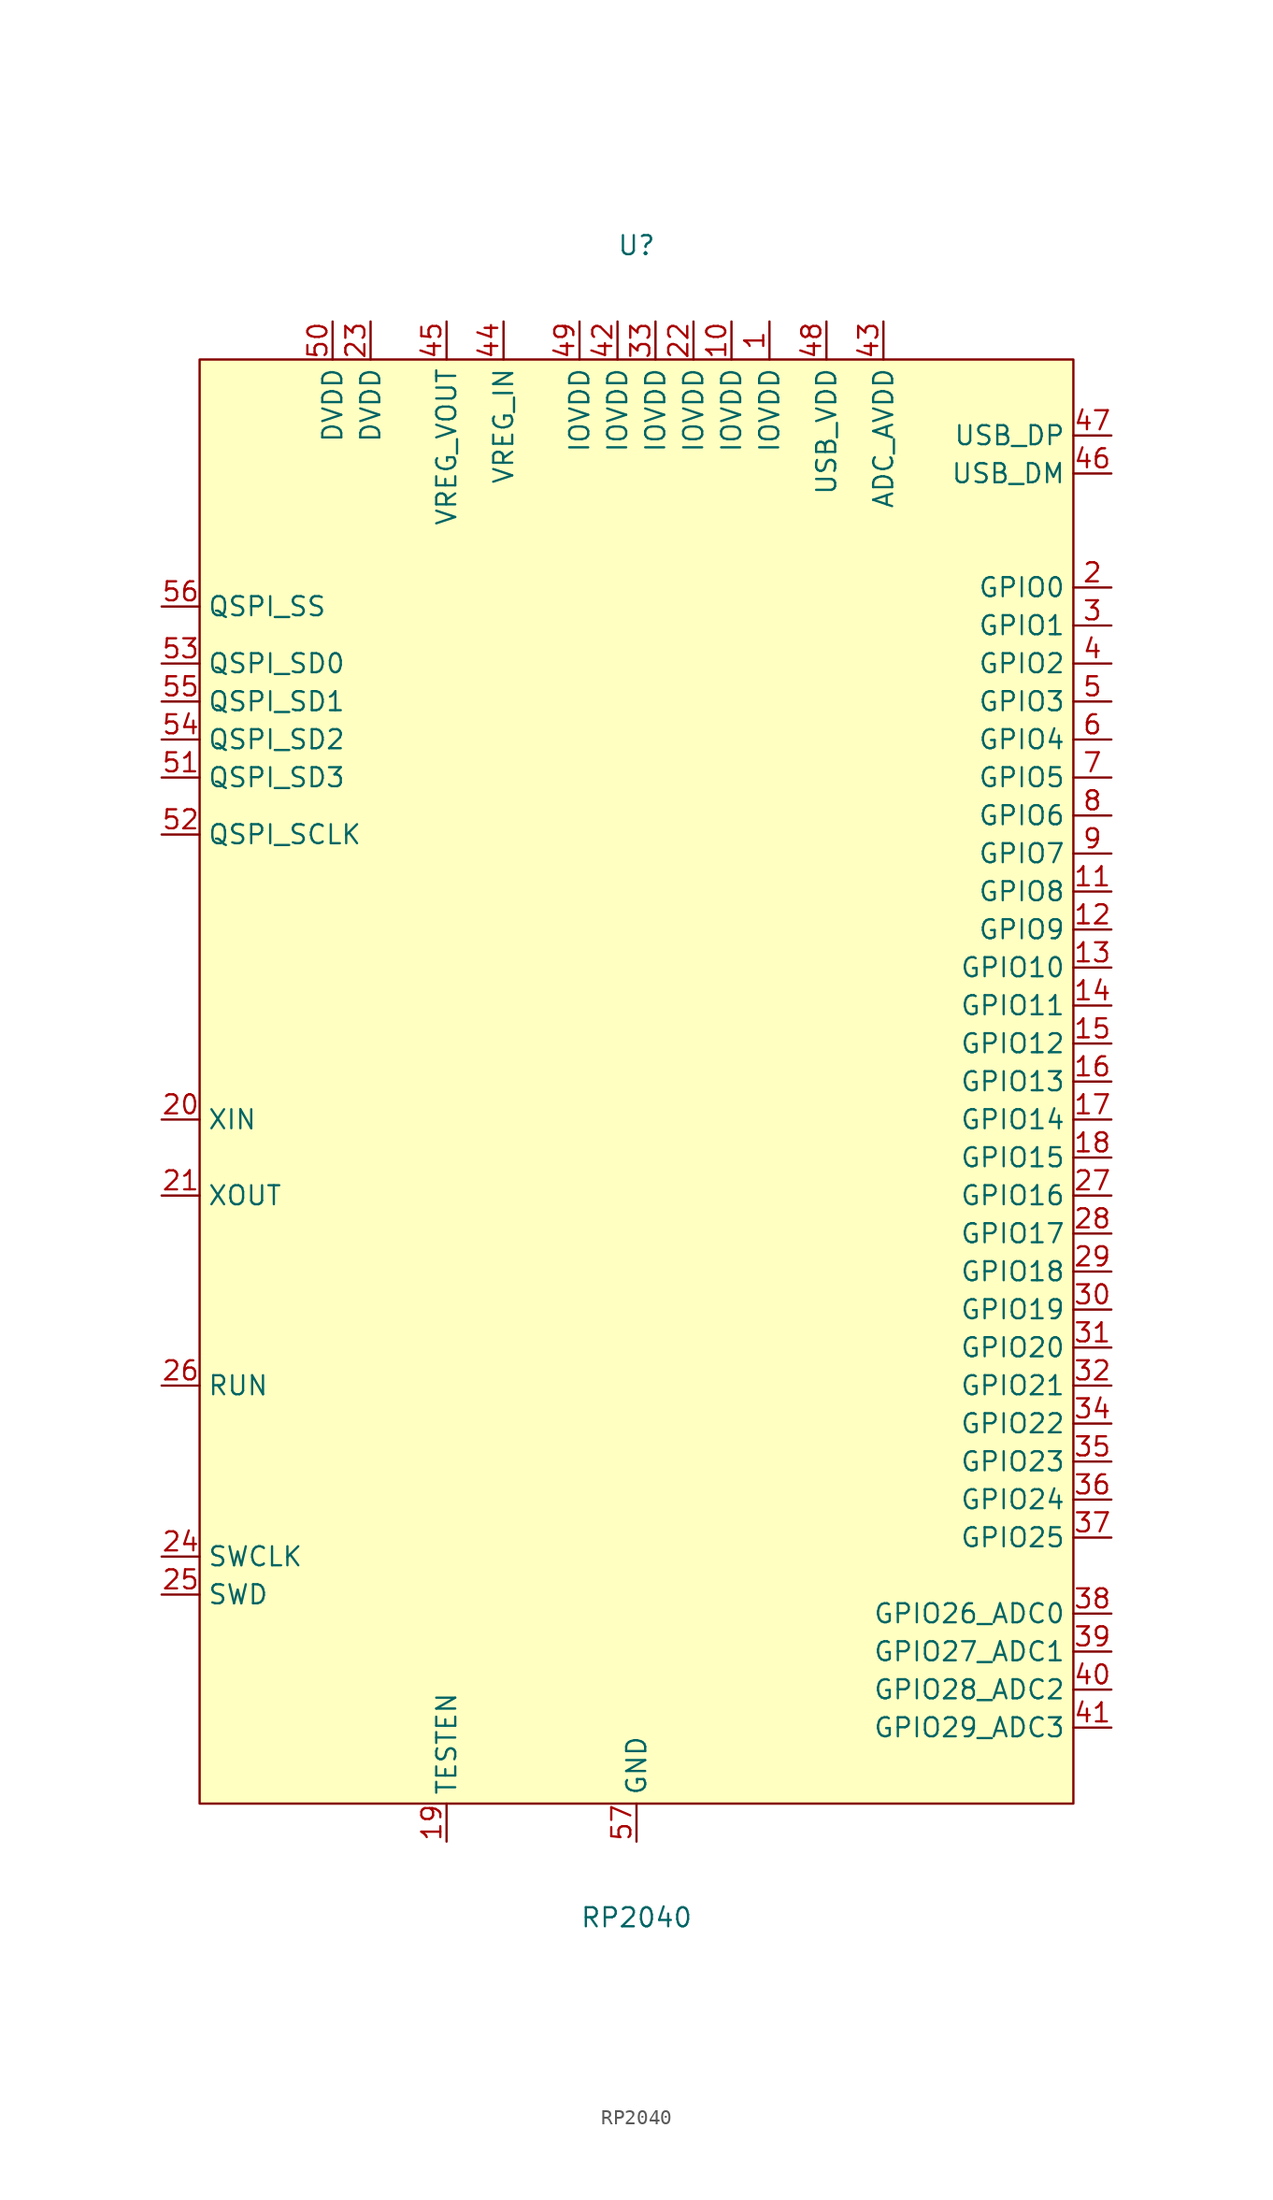
<source format=kicad_sym>
(kicad_symbol_lib
  (version 20211014)
  (generator https://github.com/uPesy/easyeda2kicad.py)
  (symbol "RP2040"
    (property "Reference" "U"
      (at 0 58.42 0)
      (effects (font (size 1.27 1.27))))
    (property "Value" "RP2040"
      (at 0 -53.34 0)
      (effects (font (size 1.27 1.27))))
    (symbol "RP2040_0_1"
      (rectangle (start -29.21 50.80) (end 29.21 -45.72) (stroke (width 0) (type default) (color 0 0 0 0)) (fill (type background)))
      (pin bidirectional line (at 31.75 17.78 180) (length 2.54) (name "GPIO7" (effects (font (size 1.27 1.27)))) (number "9" (effects (font (size 1.27 1.27)))))
      (pin bidirectional line (at 31.75 20.32 180) (length 2.54) (name "GPIO6" (effects (font (size 1.27 1.27)))) (number "8" (effects (font (size 1.27 1.27)))))
      (pin bidirectional line (at 31.75 22.86 180) (length 2.54) (name "GPIO5" (effects (font (size 1.27 1.27)))) (number "7" (effects (font (size 1.27 1.27)))))
      (pin bidirectional line (at 31.75 25.40 180) (length 2.54) (name "GPIO4" (effects (font (size 1.27 1.27)))) (number "6" (effects (font (size 1.27 1.27)))))
      (pin bidirectional line (at 0.00 -48.26 90) (length 2.54) (name "GND" (effects (font (size 1.27 1.27)))) (number "57" (effects (font (size 1.27 1.27)))))
      (pin bidirectional line (at -31.75 34.29 0) (length 2.54) (name "QSPI_SS" (effects (font (size 1.27 1.27)))) (number "56" (effects (font (size 1.27 1.27)))))
      (pin bidirectional line (at -31.75 27.94 0) (length 2.54) (name "QSPI_SD1" (effects (font (size 1.27 1.27)))) (number "55" (effects (font (size 1.27 1.27)))))
      (pin bidirectional line (at -31.75 25.40 0) (length 2.54) (name "QSPI_SD2" (effects (font (size 1.27 1.27)))) (number "54" (effects (font (size 1.27 1.27)))))
      (pin bidirectional line (at -31.75 30.48 0) (length 2.54) (name "QSPI_SD0" (effects (font (size 1.27 1.27)))) (number "53" (effects (font (size 1.27 1.27)))))
      (pin output line (at -31.75 19.05 0) (length 2.54) (name "QSPI_SCLK" (effects (font (size 1.27 1.27)))) (number "52" (effects (font (size 1.27 1.27)))))
      (pin bidirectional line (at -31.75 22.86 0) (length 2.54) (name "QSPI_SD3" (effects (font (size 1.27 1.27)))) (number "51" (effects (font (size 1.27 1.27)))))
      (pin bidirectional line (at -20.32 53.34 270) (length 2.54) (name "DVDD" (effects (font (size 1.27 1.27)))) (number "50" (effects (font (size 1.27 1.27)))))
      (pin bidirectional line (at 31.75 27.94 180) (length 2.54) (name "GPIO3" (effects (font (size 1.27 1.27)))) (number "5" (effects (font (size 1.27 1.27)))))
      (pin bidirectional line (at -3.81 53.34 270) (length 2.54) (name "IOVDD" (effects (font (size 1.27 1.27)))) (number "49" (effects (font (size 1.27 1.27)))))
      (pin bidirectional line (at 12.70 53.34 270) (length 2.54) (name "USB_VDD" (effects (font (size 1.27 1.27)))) (number "48" (effects (font (size 1.27 1.27)))))
      (pin bidirectional line (at 31.75 45.72 180) (length 2.54) (name "USB_DP" (effects (font (size 1.27 1.27)))) (number "47" (effects (font (size 1.27 1.27)))))
      (pin bidirectional line (at 31.75 43.18 180) (length 2.54) (name "USB_DM" (effects (font (size 1.27 1.27)))) (number "46" (effects (font (size 1.27 1.27)))))
      (pin bidirectional line (at -12.70 53.34 270) (length 2.54) (name "VREG_VOUT" (effects (font (size 1.27 1.27)))) (number "45" (effects (font (size 1.27 1.27)))))
      (pin bidirectional line (at -8.89 53.34 270) (length 2.54) (name "VREG_IN" (effects (font (size 1.27 1.27)))) (number "44" (effects (font (size 1.27 1.27)))))
      (pin bidirectional line (at 16.51 53.34 270) (length 2.54) (name "ADC_AVDD" (effects (font (size 1.27 1.27)))) (number "43" (effects (font (size 1.27 1.27)))))
      (pin bidirectional line (at -1.27 53.34 270) (length 2.54) (name "IOVDD" (effects (font (size 1.27 1.27)))) (number "42" (effects (font (size 1.27 1.27)))))
      (pin bidirectional line (at 31.75 -40.64 180) (length 2.54) (name "GPIO29_ADC3" (effects (font (size 1.27 1.27)))) (number "41" (effects (font (size 1.27 1.27)))))
      (pin bidirectional line (at 31.75 -38.10 180) (length 2.54) (name "GPIO28_ADC2" (effects (font (size 1.27 1.27)))) (number "40" (effects (font (size 1.27 1.27)))))
      (pin bidirectional line (at 31.75 30.48 180) (length 2.54) (name "GPIO2" (effects (font (size 1.27 1.27)))) (number "4" (effects (font (size 1.27 1.27)))))
      (pin bidirectional line (at 31.75 -35.56 180) (length 2.54) (name "GPIO27_ADC1" (effects (font (size 1.27 1.27)))) (number "39" (effects (font (size 1.27 1.27)))))
      (pin bidirectional line (at 31.75 -33.02 180) (length 2.54) (name "GPIO26_ADC0" (effects (font (size 1.27 1.27)))) (number "38" (effects (font (size 1.27 1.27)))))
      (pin bidirectional line (at 31.75 -27.94 180) (length 2.54) (name "GPIO25" (effects (font (size 1.27 1.27)))) (number "37" (effects (font (size 1.27 1.27)))))
      (pin bidirectional line (at 31.75 -25.40 180) (length 2.54) (name "GPIO24" (effects (font (size 1.27 1.27)))) (number "36" (effects (font (size 1.27 1.27)))))
      (pin bidirectional line (at 31.75 -22.86 180) (length 2.54) (name "GPIO23" (effects (font (size 1.27 1.27)))) (number "35" (effects (font (size 1.27 1.27)))))
      (pin bidirectional line (at 31.75 -20.32 180) (length 2.54) (name "GPIO22" (effects (font (size 1.27 1.27)))) (number "34" (effects (font (size 1.27 1.27)))))
      (pin bidirectional line (at 1.27 53.34 270) (length 2.54) (name "IOVDD" (effects (font (size 1.27 1.27)))) (number "33" (effects (font (size 1.27 1.27)))))
      (pin bidirectional line (at 31.75 -17.78 180) (length 2.54) (name "GPIO21" (effects (font (size 1.27 1.27)))) (number "32" (effects (font (size 1.27 1.27)))))
      (pin bidirectional line (at 31.75 -15.24 180) (length 2.54) (name "GPIO20" (effects (font (size 1.27 1.27)))) (number "31" (effects (font (size 1.27 1.27)))))
      (pin bidirectional line (at 31.75 -12.70 180) (length 2.54) (name "GPIO19" (effects (font (size 1.27 1.27)))) (number "30" (effects (font (size 1.27 1.27)))))
      (pin bidirectional line (at 31.75 33.02 180) (length 2.54) (name "GPIO1" (effects (font (size 1.27 1.27)))) (number "3" (effects (font (size 1.27 1.27)))))
      (pin bidirectional line (at 31.75 -10.16 180) (length 2.54) (name "GPIO18" (effects (font (size 1.27 1.27)))) (number "29" (effects (font (size 1.27 1.27)))))
      (pin bidirectional line (at 31.75 -7.62 180) (length 2.54) (name "GPIO17" (effects (font (size 1.27 1.27)))) (number "28" (effects (font (size 1.27 1.27)))))
      (pin bidirectional line (at 31.75 -5.08 180) (length 2.54) (name "GPIO16" (effects (font (size 1.27 1.27)))) (number "27" (effects (font (size 1.27 1.27)))))
      (pin input line (at -31.75 -17.78 0) (length 2.54) (name "RUN" (effects (font (size 1.27 1.27)))) (number "26" (effects (font (size 1.27 1.27)))))
      (pin bidirectional line (at -31.75 -31.75 0) (length 2.54) (name "SWD" (effects (font (size 1.27 1.27)))) (number "25" (effects (font (size 1.27 1.27)))))
      (pin output line (at -31.75 -29.21 0) (length 2.54) (name "SWCLK" (effects (font (size 1.27 1.27)))) (number "24" (effects (font (size 1.27 1.27)))))
      (pin bidirectional line (at -17.78 53.34 270) (length 2.54) (name "DVDD" (effects (font (size 1.27 1.27)))) (number "23" (effects (font (size 1.27 1.27)))))
      (pin bidirectional line (at 3.81 53.34 270) (length 2.54) (name "IOVDD" (effects (font (size 1.27 1.27)))) (number "22" (effects (font (size 1.27 1.27)))))
      (pin unspecified line (at -31.75 -5.08 0) (length 2.54) (name "XOUT" (effects (font (size 1.27 1.27)))) (number "21" (effects (font (size 1.27 1.27)))))
      (pin input line (at -31.75 -0.00 0) (length 2.54) (name "XIN" (effects (font (size 1.27 1.27)))) (number "20" (effects (font (size 1.27 1.27)))))
      (pin bidirectional line (at 31.75 35.56 180) (length 2.54) (name "GPIO0" (effects (font (size 1.27 1.27)))) (number "2" (effects (font (size 1.27 1.27)))))
      (pin unspecified line (at -12.70 -48.26 90) (length 2.54) (name "TESTEN" (effects (font (size 1.27 1.27)))) (number "19" (effects (font (size 1.27 1.27)))))
      (pin bidirectional line (at 31.75 -2.54 180) (length 2.54) (name "GPIO15" (effects (font (size 1.27 1.27)))) (number "18" (effects (font (size 1.27 1.27)))))
      (pin bidirectional line (at 31.75 -0.00 180) (length 2.54) (name "GPIO14" (effects (font (size 1.27 1.27)))) (number "17" (effects (font (size 1.27 1.27)))))
      (pin bidirectional line (at 31.75 2.54 180) (length 2.54) (name "GPIO13" (effects (font (size 1.27 1.27)))) (number "16" (effects (font (size 1.27 1.27)))))
      (pin bidirectional line (at 31.75 5.08 180) (length 2.54) (name "GPIO12" (effects (font (size 1.27 1.27)))) (number "15" (effects (font (size 1.27 1.27)))))
      (pin bidirectional line (at 31.75 7.62 180) (length 2.54) (name "GPIO11" (effects (font (size 1.27 1.27)))) (number "14" (effects (font (size 1.27 1.27)))))
      (pin bidirectional line (at 31.75 10.16 180) (length 2.54) (name "GPIO10" (effects (font (size 1.27 1.27)))) (number "13" (effects (font (size 1.27 1.27)))))
      (pin bidirectional line (at 31.75 12.70 180) (length 2.54) (name "GPIO9" (effects (font (size 1.27 1.27)))) (number "12" (effects (font (size 1.27 1.27)))))
      (pin bidirectional line (at 31.75 15.24 180) (length 2.54) (name "GPIO8" (effects (font (size 1.27 1.27)))) (number "11" (effects (font (size 1.27 1.27)))))
      (pin bidirectional line (at 6.35 53.34 270) (length 2.54) (name "IOVDD" (effects (font (size 1.27 1.27)))) (number "10" (effects (font (size 1.27 1.27)))))
      (pin bidirectional line (at 8.89 53.34 270) (length 2.54) (name "IOVDD" (effects (font (size 1.27 1.27)))) (number "1" (effects (font (size 1.27 1.27))))))))
</source>
